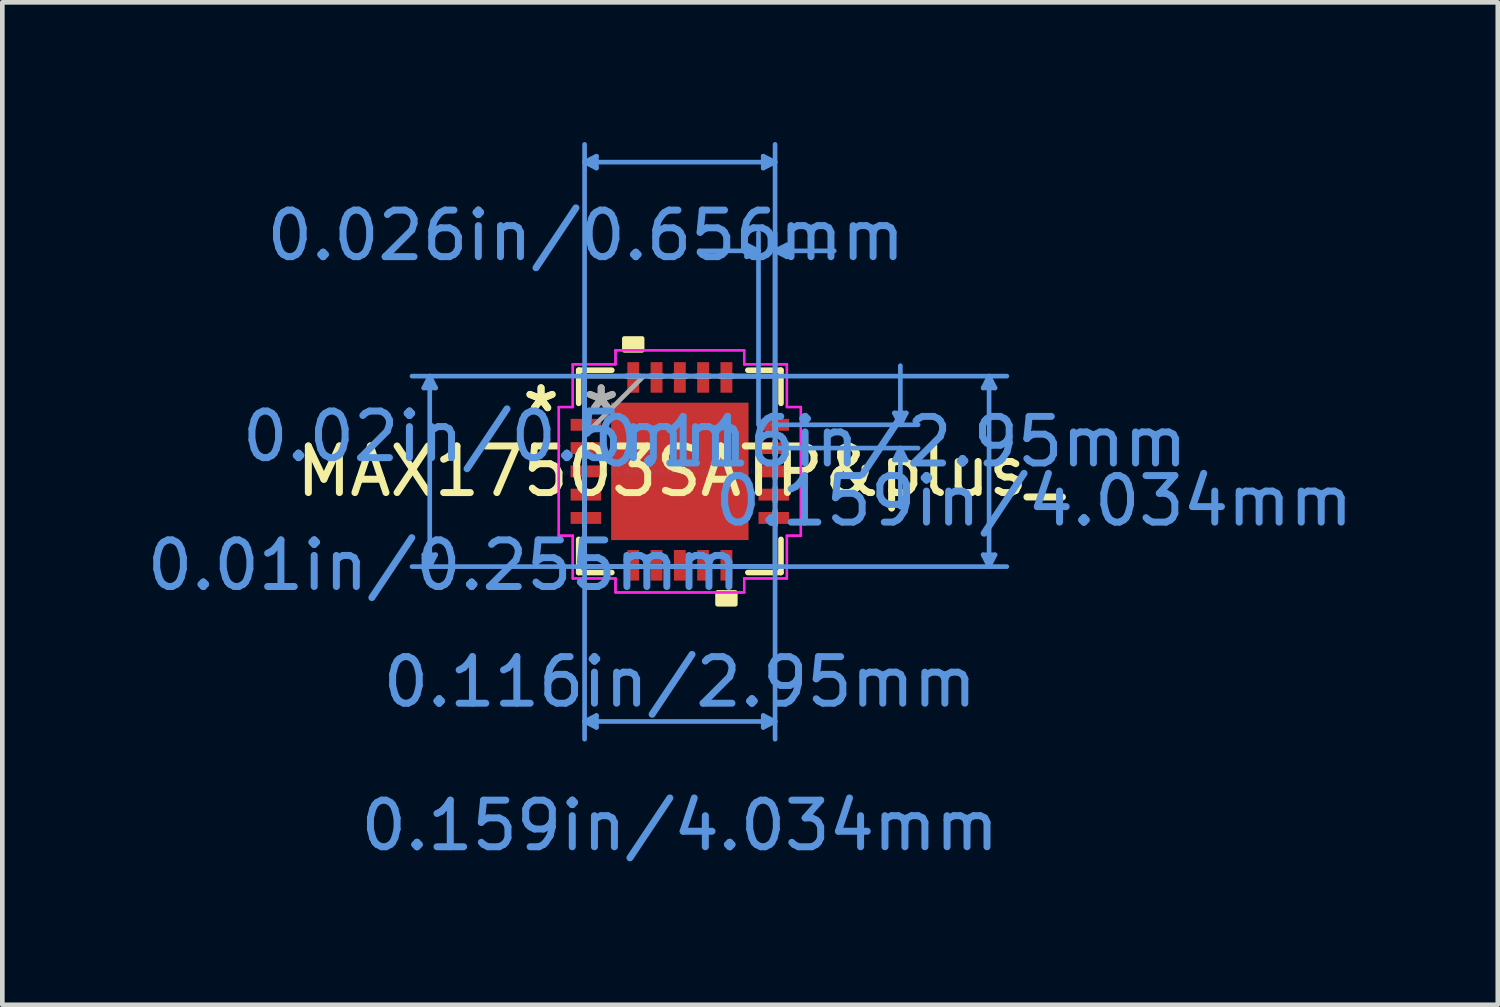
<source format=kicad_pcb>
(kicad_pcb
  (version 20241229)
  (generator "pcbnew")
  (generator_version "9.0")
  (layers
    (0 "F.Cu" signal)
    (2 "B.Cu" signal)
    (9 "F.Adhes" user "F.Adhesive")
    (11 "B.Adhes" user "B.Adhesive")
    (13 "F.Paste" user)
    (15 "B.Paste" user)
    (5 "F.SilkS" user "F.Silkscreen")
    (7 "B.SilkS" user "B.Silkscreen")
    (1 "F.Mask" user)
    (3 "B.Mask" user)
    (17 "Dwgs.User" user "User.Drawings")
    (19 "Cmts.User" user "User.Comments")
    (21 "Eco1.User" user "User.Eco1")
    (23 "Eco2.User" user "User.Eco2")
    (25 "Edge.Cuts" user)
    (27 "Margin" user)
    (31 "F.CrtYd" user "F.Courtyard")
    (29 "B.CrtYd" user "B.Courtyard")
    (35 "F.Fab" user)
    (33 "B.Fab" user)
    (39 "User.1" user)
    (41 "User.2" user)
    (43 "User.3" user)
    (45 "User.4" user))
  (footprint "MAX17503SATP&plus_"
    (layer "F.Cu")
    (at 11.547 7.071)
    (property "Reference" "MAX17503SATP&plus_" (at 0 0 0) (layer "F.SilkS") (effects (font (size 1 1) (thickness 0.15))))
    (attr through_hole)
    (fp_line (start -2.172 -2.172) (end -2.172 -1.46) (stroke (width 0.12) (type solid)) (layer "F.SilkS"))
    (fp_line (start -2.172 1.46) (end -2.172 2.172) (stroke (width 0.12) (type solid)) (layer "F.SilkS"))
    (fp_line (start -2.172 2.172) (end -1.46 2.172) (stroke (width 0.12) (type solid)) (layer "F.SilkS"))
    (fp_line (start -1.46 -2.172) (end -2.172 -2.172) (stroke (width 0.12) (type solid)) (layer "F.SilkS"))
    (fp_line (start 1.46 2.172) (end 2.172 2.172) (stroke (width 0.12) (type solid)) (layer "F.SilkS"))
    (fp_line (start 2.172 -2.172) (end 1.46 -2.172) (stroke (width 0.12) (type solid)) (layer "F.SilkS"))
    (fp_line (start 2.172 -1.46) (end 2.172 -2.172) (stroke (width 0.12) (type solid)) (layer "F.SilkS"))
    (fp_line (start 2.172 2.172) (end 2.172 1.46) (stroke (width 0.12) (type solid)) (layer "F.SilkS"))
    (fp_poly (pts (xy -1.191 -2.599) (xy -1.191 -2.853) (xy -0.81 -2.853) (xy -0.81 -2.599)) (stroke (width 0.1) (type solid)) (fill yes) (layer "F.SilkS"))
    (fp_poly (pts (xy 0.81 2.599) (xy 0.81 2.853) (xy 1.191 2.853) (xy 1.191 2.599)) (stroke (width 0.1) (type solid)) (fill yes) (layer "F.SilkS"))
    (fp_poly (pts (xy -1.375 -1.375) (xy -1.375 -0.1) (xy -0.1 -0.1) (xy -0.1 -1.375)) (stroke (width 0.1) (type solid)) (fill yes) (layer "F.Paste"))
    (fp_poly (pts (xy -1.375 0.1) (xy -1.375 1.375) (xy -0.1 1.375) (xy -0.1 0.1)) (stroke (width 0.1) (type solid)) (fill yes) (layer "F.Paste"))
    (fp_poly (pts (xy 0.1 -1.375) (xy 0.1 -0.1) (xy 1.375 -0.1) (xy 1.375 -1.375)) (stroke (width 0.1) (type solid)) (fill yes) (layer "F.Paste"))
    (fp_poly (pts (xy 0.1 0.1) (xy 0.1 1.375) (xy 1.375 1.375) (xy 1.375 0.1)) (stroke (width 0.1) (type solid)) (fill yes) (layer "F.Paste"))
    (fp_line (start -5.497 -1.791) (end -5.243 -1.791) (stroke (width 0.1) (type solid)) (layer "Cmts.User"))
    (fp_line (start -5.497 1.791) (end -5.243 1.791) (stroke (width 0.1) (type solid)) (layer "Cmts.User"))
    (fp_line (start -5.37 -2.045) (end -5.497 -1.791) (stroke (width 0.1) (type solid)) (layer "Cmts.User"))
    (fp_line (start -5.37 -2.045) (end -5.37 2.045) (stroke (width 0.1) (type solid)) (layer "Cmts.User"))
    (fp_line (start -5.37 -2.045) (end -5.243 -1.791) (stroke (width 0.1) (type solid)) (layer "Cmts.User"))
    (fp_line (start -5.37 2.045) (end -5.497 1.791) (stroke (width 0.1) (type solid)) (layer "Cmts.User"))
    (fp_line (start -5.37 2.045) (end -5.243 1.791) (stroke (width 0.1) (type solid)) (layer "Cmts.User"))
    (fp_line (start -2.045 -6.64) (end -1.791 -6.767) (stroke (width 0.1) (type solid)) (layer "Cmts.User"))
    (fp_line (start -2.045 -6.64) (end -1.791 -6.513) (stroke (width 0.1) (type solid)) (layer "Cmts.User"))
    (fp_line (start -2.045 -6.64) (end 2.045 -6.64) (stroke (width 0.1) (type solid)) (layer "Cmts.User"))
    (fp_line (start -2.045 -2.045) (end -2.045 5.751) (stroke (width 0.1) (type solid)) (layer "Cmts.User"))
    (fp_line (start -2.045 -1) (end -2.045 -7.021) (stroke (width 0.1) (type solid)) (layer "Cmts.User"))
    (fp_line (start -2.045 5.37) (end -1.791 5.243) (stroke (width 0.1) (type solid)) (layer "Cmts.User"))
    (fp_line (start -2.045 5.37) (end -1.791 5.497) (stroke (width 0.1) (type solid)) (layer "Cmts.User"))
    (fp_line (start -2.045 5.37) (end 2.045 5.37) (stroke (width 0.1) (type solid)) (layer "Cmts.User"))
    (fp_line (start -1.791 -6.767) (end -1.791 -6.513) (stroke (width 0.1) (type solid)) (layer "Cmts.User"))
    (fp_line (start -1.791 5.243) (end -1.791 5.497) (stroke (width 0.1) (type solid)) (layer "Cmts.User"))
    (fp_line (start 1 -2.045) (end 7.021 -2.045) (stroke (width 0.1) (type solid)) (layer "Cmts.User"))
    (fp_line (start 1 2.045) (end 7.021 2.045) (stroke (width 0.1) (type solid)) (layer "Cmts.User"))
    (fp_line (start 1.435 -4.862) (end 1.435 -4.608) (stroke (width 0.1) (type solid)) (layer "Cmts.User"))
    (fp_line (start 1.689 -4.735) (end 0.419 -4.735) (stroke (width 0.1) (type solid)) (layer "Cmts.User"))
    (fp_line (start 1.689 -4.735) (end 1.435 -4.862) (stroke (width 0.1) (type solid)) (layer "Cmts.User"))
    (fp_line (start 1.689 -4.735) (end 1.435 -4.608) (stroke (width 0.1) (type solid)) (layer "Cmts.User"))
    (fp_line (start 1.689 -1) (end 1.689 -5.116) (stroke (width 0.1) (type solid)) (layer "Cmts.User"))
    (fp_line (start 1.791 -6.767) (end 1.791 -6.513) (stroke (width 0.1) (type solid)) (layer "Cmts.User"))
    (fp_line (start 1.791 5.243) (end 1.791 5.497) (stroke (width 0.1) (type solid)) (layer "Cmts.User"))
    (fp_line (start 2.017 -1) (end 5.116 -1) (stroke (width 0.1) (type solid)) (layer "Cmts.User"))
    (fp_line (start 2.017 -0.5) (end 5.116 -0.5) (stroke (width 0.1) (type solid)) (layer "Cmts.User"))
    (fp_line (start 2.045 -6.64) (end 1.791 -6.767) (stroke (width 0.1) (type solid)) (layer "Cmts.User"))
    (fp_line (start 2.045 -6.64) (end 1.791 -6.513) (stroke (width 0.1) (type solid)) (layer "Cmts.User"))
    (fp_line (start 2.045 -4.735) (end 2.299 -4.862) (stroke (width 0.1) (type solid)) (layer "Cmts.User"))
    (fp_line (start 2.045 -4.735) (end 2.299 -4.608) (stroke (width 0.1) (type solid)) (layer "Cmts.User"))
    (fp_line (start 2.045 -4.735) (end 3.315 -4.735) (stroke (width 0.1) (type solid)) (layer "Cmts.User"))
    (fp_line (start 2.045 -2.045) (end -5.751 -2.045) (stroke (width 0.1) (type solid)) (layer "Cmts.User"))
    (fp_line (start 2.045 -2.045) (end 2.045 5.751) (stroke (width 0.1) (type solid)) (layer "Cmts.User"))
    (fp_line (start 2.045 -1) (end 2.045 -7.021) (stroke (width 0.1) (type solid)) (layer "Cmts.User"))
    (fp_line (start 2.045 -1) (end 2.045 -5.116) (stroke (width 0.1) (type solid)) (layer "Cmts.User"))
    (fp_line (start 2.045 2.045) (end -5.751 2.045) (stroke (width 0.1) (type solid)) (layer "Cmts.User"))
    (fp_line (start 2.045 5.37) (end 1.791 5.243) (stroke (width 0.1) (type solid)) (layer "Cmts.User"))
    (fp_line (start 2.045 5.37) (end 1.791 5.497) (stroke (width 0.1) (type solid)) (layer "Cmts.User"))
    (fp_line (start 2.299 -4.862) (end 2.299 -4.608) (stroke (width 0.1) (type solid)) (layer "Cmts.User"))
    (fp_line (start 4.608 -1.254) (end 4.862 -1.254) (stroke (width 0.1) (type solid)) (layer "Cmts.User"))
    (fp_line (start 4.608 -0.246) (end 4.862 -0.246) (stroke (width 0.1) (type solid)) (layer "Cmts.User"))
    (fp_line (start 4.735 -1) (end 4.608 -1.254) (stroke (width 0.1) (type solid)) (layer "Cmts.User"))
    (fp_line (start 4.735 -1) (end 4.735 -2.27) (stroke (width 0.1) (type solid)) (layer "Cmts.User"))
    (fp_line (start 4.735 -1) (end 4.862 -1.254) (stroke (width 0.1) (type solid)) (layer "Cmts.User"))
    (fp_line (start 4.735 -0.5) (end 4.608 -0.246) (stroke (width 0.1) (type solid)) (layer "Cmts.User"))
    (fp_line (start 4.735 -0.5) (end 4.735 0.77) (stroke (width 0.1) (type solid)) (layer "Cmts.User"))
    (fp_line (start 4.735 -0.5) (end 4.862 -0.246) (stroke (width 0.1) (type solid)) (layer "Cmts.User"))
    (fp_line (start 6.513 -1.791) (end 6.767 -1.791) (stroke (width 0.1) (type solid)) (layer "Cmts.User"))
    (fp_line (start 6.513 1.791) (end 6.767 1.791) (stroke (width 0.1) (type solid)) (layer "Cmts.User"))
    (fp_line (start 6.64 -2.045) (end 6.513 -1.791) (stroke (width 0.1) (type solid)) (layer "Cmts.User"))
    (fp_line (start 6.64 -2.045) (end 6.64 2.045) (stroke (width 0.1) (type solid)) (layer "Cmts.User"))
    (fp_line (start 6.64 -2.045) (end 6.767 -1.791) (stroke (width 0.1) (type solid)) (layer "Cmts.User"))
    (fp_line (start 6.64 2.045) (end 6.513 1.791) (stroke (width 0.1) (type solid)) (layer "Cmts.User"))
    (fp_line (start 6.64 2.045) (end 6.767 1.791) (stroke (width 0.1) (type solid)) (layer "Cmts.User"))
    (fp_line (start -2.599 -1.381) (end -2.299 -1.381) (stroke (width 0.05) (type solid)) (layer "F.CrtYd"))
    (fp_line (start -2.599 -1.381) (end -2.299 -1.381) (stroke (width 0.05) (type solid)) (layer "F.CrtYd"))
    (fp_line (start -2.599 1.381) (end -2.599 -1.381) (stroke (width 0.05) (type solid)) (layer "F.CrtYd"))
    (fp_line (start -2.599 1.381) (end -2.599 -1.381) (stroke (width 0.05) (type solid)) (layer "F.CrtYd"))
    (fp_line (start -2.299 -2.299) (end -1.381 -2.299) (stroke (width 0.05) (type solid)) (layer "F.CrtYd"))
    (fp_line (start -2.299 -2.299) (end -1.381 -2.299) (stroke (width 0.05) (type solid)) (layer "F.CrtYd"))
    (fp_line (start -2.299 -1.381) (end -2.299 -2.299) (stroke (width 0.05) (type solid)) (layer "F.CrtYd"))
    (fp_line (start -2.299 -1.381) (end -2.299 -2.299) (stroke (width 0.05) (type solid)) (layer "F.CrtYd"))
    (fp_line (start -2.299 1.381) (end -2.599 1.381) (stroke (width 0.05) (type solid)) (layer "F.CrtYd"))
    (fp_line (start -2.299 1.381) (end -2.599 1.381) (stroke (width 0.05) (type solid)) (layer "F.CrtYd"))
    (fp_line (start -2.299 2.299) (end -2.299 1.381) (stroke (width 0.05) (type solid)) (layer "F.CrtYd"))
    (fp_line (start -2.299 2.299) (end -2.299 1.381) (stroke (width 0.05) (type solid)) (layer "F.CrtYd"))
    (fp_line (start -1.381 -2.599) (end 1.381 -2.599) (stroke (width 0.05) (type solid)) (layer "F.CrtYd"))
    (fp_line (start -1.381 -2.599) (end 1.381 -2.599) (stroke (width 0.05) (type solid)) (layer "F.CrtYd"))
    (fp_line (start -1.381 -2.299) (end -1.381 -2.599) (stroke (width 0.05) (type solid)) (layer "F.CrtYd"))
    (fp_line (start -1.381 -2.299) (end -1.381 -2.599) (stroke (width 0.05) (type solid)) (layer "F.CrtYd"))
    (fp_line (start -1.381 2.299) (end -2.299 2.299) (stroke (width 0.05) (type solid)) (layer "F.CrtYd"))
    (fp_line (start -1.381 2.299) (end -2.299 2.299) (stroke (width 0.05) (type solid)) (layer "F.CrtYd"))
    (fp_line (start -1.381 2.599) (end -1.381 2.299) (stroke (width 0.05) (type solid)) (layer "F.CrtYd"))
    (fp_line (start -1.381 2.599) (end -1.381 2.299) (stroke (width 0.05) (type solid)) (layer "F.CrtYd"))
    (fp_line (start 1.381 -2.599) (end 1.381 -2.299) (stroke (width 0.05) (type solid)) (layer "F.CrtYd"))
    (fp_line (start 1.381 -2.599) (end 1.381 -2.299) (stroke (width 0.05) (type solid)) (layer "F.CrtYd"))
    (fp_line (start 1.381 -2.299) (end 2.299 -2.299) (stroke (width 0.05) (type solid)) (layer "F.CrtYd"))
    (fp_line (start 1.381 -2.299) (end 2.299 -2.299) (stroke (width 0.05) (type solid)) (layer "F.CrtYd"))
    (fp_line (start 1.381 2.299) (end 1.381 2.599) (stroke (width 0.05) (type solid)) (layer "F.CrtYd"))
    (fp_line (start 1.381 2.299) (end 1.381 2.599) (stroke (width 0.05) (type solid)) (layer "F.CrtYd"))
    (fp_line (start 1.381 2.599) (end -1.381 2.599) (stroke (width 0.05) (type solid)) (layer "F.CrtYd"))
    (fp_line (start 1.381 2.599) (end -1.381 2.599) (stroke (width 0.05) (type solid)) (layer "F.CrtYd"))
    (fp_line (start 2.299 -2.299) (end 2.299 -1.381) (stroke (width 0.05) (type solid)) (layer "F.CrtYd"))
    (fp_line (start 2.299 -2.299) (end 2.299 -1.381) (stroke (width 0.05) (type solid)) (layer "F.CrtYd"))
    (fp_line (start 2.299 -1.381) (end 2.599 -1.381) (stroke (width 0.05) (type solid)) (layer "F.CrtYd"))
    (fp_line (start 2.299 -1.381) (end 2.599 -1.381) (stroke (width 0.05) (type solid)) (layer "F.CrtYd"))
    (fp_line (start 2.299 1.381) (end 2.299 2.299) (stroke (width 0.05) (type solid)) (layer "F.CrtYd"))
    (fp_line (start 2.299 1.381) (end 2.299 2.299) (stroke (width 0.05) (type solid)) (layer "F.CrtYd"))
    (fp_line (start 2.299 2.299) (end 1.381 2.299) (stroke (width 0.05) (type solid)) (layer "F.CrtYd"))
    (fp_line (start 2.299 2.299) (end 1.381 2.299) (stroke (width 0.05) (type solid)) (layer "F.CrtYd"))
    (fp_line (start 2.599 -1.381) (end 2.599 1.381) (stroke (width 0.05) (type solid)) (layer "F.CrtYd"))
    (fp_line (start 2.599 -1.381) (end 2.599 1.381) (stroke (width 0.05) (type solid)) (layer "F.CrtYd"))
    (fp_line (start 2.599 1.381) (end 2.299 1.381) (stroke (width 0.05) (type solid)) (layer "F.CrtYd"))
    (fp_line (start 2.599 1.381) (end 2.299 1.381) (stroke (width 0.05) (type solid)) (layer "F.CrtYd"))
    (fp_line (start -2.045 -2.045) (end -2.045 -2.045) (stroke (width 0.1) (type solid)) (layer "F.Fab"))
    (fp_line (start -2.045 -2.045) (end -2.045 2.045) (stroke (width 0.1) (type solid)) (layer "F.Fab"))
    (fp_line (start -2.045 -1.152) (end -2.045 -1.152) (stroke (width 0.1) (type solid)) (layer "F.Fab"))
    (fp_line (start -2.045 -1.152) (end -2.045 -0.848) (stroke (width 0.1) (type solid)) (layer "F.Fab"))
    (fp_line (start -2.045 -0.848) (end -2.045 -1.152) (stroke (width 0.1) (type solid)) (layer "F.Fab"))
    (fp_line (start -2.045 -0.848) (end -2.045 -0.848) (stroke (width 0.1) (type solid)) (layer "F.Fab"))
    (fp_line (start -2.045 -0.775) (end -0.775 -2.045) (stroke (width 0.1) (type solid)) (layer "F.Fab"))
    (fp_line (start -2.045 -0.652) (end -2.045 -0.652) (stroke (width 0.1) (type solid)) (layer "F.Fab"))
    (fp_line (start -2.045 -0.652) (end -2.045 -0.348) (stroke (width 0.1) (type solid)) (layer "F.Fab"))
    (fp_line (start -2.045 -0.348) (end -2.045 -0.652) (stroke (width 0.1) (type solid)) (layer "F.Fab"))
    (fp_line (start -2.045 -0.348) (end -2.045 -0.348) (stroke (width 0.1) (type solid)) (layer "F.Fab"))
    (fp_line (start -2.045 -0.152) (end -2.045 -0.152) (stroke (width 0.1) (type solid)) (layer "F.Fab"))
    (fp_line (start -2.045 -0.152) (end -2.045 0.152) (stroke (width 0.1) (type solid)) (layer "F.Fab"))
    (fp_line (start -2.045 0.152) (end -2.045 -0.152) (stroke (width 0.1) (type solid)) (layer "F.Fab"))
    (fp_line (start -2.045 0.152) (end -2.045 0.152) (stroke (width 0.1) (type solid)) (layer "F.Fab"))
    (fp_line (start -2.045 0.348) (end -2.045 0.348) (stroke (width 0.1) (type solid)) (layer "F.Fab"))
    (fp_line (start -2.045 0.348) (end -2.045 0.652) (stroke (width 0.1) (type solid)) (layer "F.Fab"))
    (fp_line (start -2.045 0.652) (end -2.045 0.348) (stroke (width 0.1) (type solid)) (layer "F.Fab"))
    (fp_line (start -2.045 0.652) (end -2.045 0.652) (stroke (width 0.1) (type solid)) (layer "F.Fab"))
    (fp_line (start -2.045 0.848) (end -2.045 0.848) (stroke (width 0.1) (type solid)) (layer "F.Fab"))
    (fp_line (start -2.045 0.848) (end -2.045 1.152) (stroke (width 0.1) (type solid)) (layer "F.Fab"))
    (fp_line (start -2.045 1.152) (end -2.045 0.848) (stroke (width 0.1) (type solid)) (layer "F.Fab"))
    (fp_line (start -2.045 1.152) (end -2.045 1.152) (stroke (width 0.1) (type solid)) (layer "F.Fab"))
    (fp_line (start -2.045 2.045) (end -2.045 2.045) (stroke (width 0.1) (type solid)) (layer "F.Fab"))
    (fp_line (start -2.045 2.045) (end 2.045 2.045) (stroke (width 0.1) (type solid)) (layer "F.Fab"))
    (fp_line (start -1.152 -2.045) (end -1.152 -2.045) (stroke (width 0.1) (type solid)) (layer "F.Fab"))
    (fp_line (start -1.152 -2.045) (end -0.848 -2.045) (stroke (width 0.1) (type solid)) (layer "F.Fab"))
    (fp_line (start -1.152 2.045) (end -1.152 2.045) (stroke (width 0.1) (type solid)) (layer "F.Fab"))
    (fp_line (start -1.152 2.045) (end -0.848 2.045) (stroke (width 0.1) (type solid)) (layer "F.Fab"))
    (fp_line (start -0.848 -2.045) (end -1.152 -2.045) (stroke (width 0.1) (type solid)) (layer "F.Fab"))
    (fp_line (start -0.848 -2.045) (end -0.848 -2.045) (stroke (width 0.1) (type solid)) (layer "F.Fab"))
    (fp_line (start -0.848 2.045) (end -1.152 2.045) (stroke (width 0.1) (type solid)) (layer "F.Fab"))
    (fp_line (start -0.848 2.045) (end -0.848 2.045) (stroke (width 0.1) (type solid)) (layer "F.Fab"))
    (fp_line (start -0.652 -2.045) (end -0.652 -2.045) (stroke (width 0.1) (type solid)) (layer "F.Fab"))
    (fp_line (start -0.652 -2.045) (end -0.348 -2.045) (stroke (width 0.1) (type solid)) (layer "F.Fab"))
    (fp_line (start -0.652 2.045) (end -0.652 2.045) (stroke (width 0.1) (type solid)) (layer "F.Fab"))
    (fp_line (start -0.652 2.045) (end -0.348 2.045) (stroke (width 0.1) (type solid)) (layer "F.Fab"))
    (fp_line (start -0.348 -2.045) (end -0.652 -2.045) (stroke (width 0.1) (type solid)) (layer "F.Fab"))
    (fp_line (start -0.348 -2.045) (end -0.348 -2.045) (stroke (width 0.1) (type solid)) (layer "F.Fab"))
    (fp_line (start -0.348 2.045) (end -0.652 2.045) (stroke (width 0.1) (type solid)) (layer "F.Fab"))
    (fp_line (start -0.348 2.045) (end -0.348 2.045) (stroke (width 0.1) (type solid)) (layer "F.Fab"))
    (fp_line (start -0.152 -2.045) (end -0.152 -2.045) (stroke (width 0.1) (type solid)) (layer "F.Fab"))
    (fp_line (start -0.152 -2.045) (end 0.152 -2.045) (stroke (width 0.1) (type solid)) (layer "F.Fab"))
    (fp_line (start -0.152 2.045) (end -0.152 2.045) (stroke (width 0.1) (type solid)) (layer "F.Fab"))
    (fp_line (start -0.152 2.045) (end 0.152 2.045) (stroke (width 0.1) (type solid)) (layer "F.Fab"))
    (fp_line (start 0.152 -2.045) (end -0.152 -2.045) (stroke (width 0.1) (type solid)) (layer "F.Fab"))
    (fp_line (start 0.152 -2.045) (end 0.152 -2.045) (stroke (width 0.1) (type solid)) (layer "F.Fab"))
    (fp_line (start 0.152 2.045) (end -0.152 2.045) (stroke (width 0.1) (type solid)) (layer "F.Fab"))
    (fp_line (start 0.152 2.045) (end 0.152 2.045) (stroke (width 0.1) (type solid)) (layer "F.Fab"))
    (fp_line (start 0.348 -2.045) (end 0.348 -2.045) (stroke (width 0.1) (type solid)) (layer "F.Fab"))
    (fp_line (start 0.348 -2.045) (end 0.652 -2.045) (stroke (width 0.1) (type solid)) (layer "F.Fab"))
    (fp_line (start 0.348 2.045) (end 0.348 2.045) (stroke (width 0.1) (type solid)) (layer "F.Fab"))
    (fp_line (start 0.348 2.045) (end 0.652 2.045) (stroke (width 0.1) (type solid)) (layer "F.Fab"))
    (fp_line (start 0.652 -2.045) (end 0.348 -2.045) (stroke (width 0.1) (type solid)) (layer "F.Fab"))
    (fp_line (start 0.652 -2.045) (end 0.652 -2.045) (stroke (width 0.1) (type solid)) (layer "F.Fab"))
    (fp_line (start 0.652 2.045) (end 0.348 2.045) (stroke (width 0.1) (type solid)) (layer "F.Fab"))
    (fp_line (start 0.652 2.045) (end 0.652 2.045) (stroke (width 0.1) (type solid)) (layer "F.Fab"))
    (fp_line (start 0.848 -2.045) (end 0.848 -2.045) (stroke (width 0.1) (type solid)) (layer "F.Fab"))
    (fp_line (start 0.848 -2.045) (end 1.152 -2.045) (stroke (width 0.1) (type solid)) (layer "F.Fab"))
    (fp_line (start 0.848 2.045) (end 0.848 2.045) (stroke (width 0.1) (type solid)) (layer "F.Fab"))
    (fp_line (start 0.848 2.045) (end 1.152 2.045) (stroke (width 0.1) (type solid)) (layer "F.Fab"))
    (fp_line (start 1.152 -2.045) (end 0.848 -2.045) (stroke (width 0.1) (type solid)) (layer "F.Fab"))
    (fp_line (start 1.152 -2.045) (end 1.152 -2.045) (stroke (width 0.1) (type solid)) (layer "F.Fab"))
    (fp_line (start 1.152 2.045) (end 0.848 2.045) (stroke (width 0.1) (type solid)) (layer "F.Fab"))
    (fp_line (start 1.152 2.045) (end 1.152 2.045) (stroke (width 0.1) (type solid)) (layer "F.Fab"))
    (fp_line (start 2.045 -2.045) (end -2.045 -2.045) (stroke (width 0.1) (type solid)) (layer "F.Fab"))
    (fp_line (start 2.045 -2.045) (end 2.045 -2.045) (stroke (width 0.1) (type solid)) (layer "F.Fab"))
    (fp_line (start 2.045 -1.152) (end 2.045 -1.152) (stroke (width 0.1) (type solid)) (layer "F.Fab"))
    (fp_line (start 2.045 -1.152) (end 2.045 -0.848) (stroke (width 0.1) (type solid)) (layer "F.Fab"))
    (fp_line (start 2.045 -0.848) (end 2.045 -1.152) (stroke (width 0.1) (type solid)) (layer "F.Fab"))
    (fp_line (start 2.045 -0.848) (end 2.045 -0.848) (stroke (width 0.1) (type solid)) (layer "F.Fab"))
    (fp_line (start 2.045 -0.652) (end 2.045 -0.652) (stroke (width 0.1) (type solid)) (layer "F.Fab"))
    (fp_line (start 2.045 -0.652) (end 2.045 -0.348) (stroke (width 0.1) (type solid)) (layer "F.Fab"))
    (fp_line (start 2.045 -0.348) (end 2.045 -0.652) (stroke (width 0.1) (type solid)) (layer "F.Fab"))
    (fp_line (start 2.045 -0.348) (end 2.045 -0.348) (stroke (width 0.1) (type solid)) (layer "F.Fab"))
    (fp_line (start 2.045 -0.152) (end 2.045 -0.152) (stroke (width 0.1) (type solid)) (layer "F.Fab"))
    (fp_line (start 2.045 -0.152) (end 2.045 0.152) (stroke (width 0.1) (type solid)) (layer "F.Fab"))
    (fp_line (start 2.045 0.152) (end 2.045 -0.152) (stroke (width 0.1) (type solid)) (layer "F.Fab"))
    (fp_line (start 2.045 0.152) (end 2.045 0.152) (stroke (width 0.1) (type solid)) (layer "F.Fab"))
    (fp_line (start 2.045 0.348) (end 2.045 0.348) (stroke (width 0.1) (type solid)) (layer "F.Fab"))
    (fp_line (start 2.045 0.348) (end 2.045 0.652) (stroke (width 0.1) (type solid)) (layer "F.Fab"))
    (fp_line (start 2.045 0.652) (end 2.045 0.348) (stroke (width 0.1) (type solid)) (layer "F.Fab"))
    (fp_line (start 2.045 0.652) (end 2.045 0.652) (stroke (width 0.1) (type solid)) (layer "F.Fab"))
    (fp_line (start 2.045 0.848) (end 2.045 0.848) (stroke (width 0.1) (type solid)) (layer "F.Fab"))
    (fp_line (start 2.045 0.848) (end 2.045 1.152) (stroke (width 0.1) (type solid)) (layer "F.Fab"))
    (fp_line (start 2.045 1.152) (end 2.045 0.848) (stroke (width 0.1) (type solid)) (layer "F.Fab"))
    (fp_line (start 2.045 1.152) (end 2.045 1.152) (stroke (width 0.1) (type solid)) (layer "F.Fab"))
    (fp_line (start 2.045 2.045) (end 2.045 -2.045) (stroke (width 0.1) (type solid)) (layer "F.Fab"))
    (fp_line (start 2.045 2.045) (end 2.045 2.045) (stroke (width 0.1) (type solid)) (layer "F.Fab"))
    (fp_text user "*" (at -2.98 -1.25 0) (layer "F.SilkS") (effects (font (size 1 1) (thickness 0.15))))
    (fp_text user "*" (at -2.98 -1.25 0) (layer "F.SilkS") (effects (font (size 1 1) (thickness 0.15))))
    (fp_text user "0.116in/2.95mm" (at 0 4.523 0) (layer "Cmts.User") (effects (font (size 1 1) (thickness 0.15))))
    (fp_text user "0.116in/2.95mm" (at 4.523 -0.635 0) (layer "Cmts.User") (effects (font (size 1 1) (thickness 0.15))))
    (fp_text user "Copyright 2021 Accelerated Designs. All rights reserved." (at 0 0 0) (layer "Cmts.User") (effects (font (size 0.127 0.127) (thickness 0.002))))
    (fp_text user "0.159in/4.034mm" (at 0 7.605 0) (layer "Cmts.User") (effects (font (size 1 1) (thickness 0.15))))
    (fp_text user "0.01in/0.255mm" (at -5.065 2.017 0) (layer "Cmts.User") (effects (font (size 1 1) (thickness 0.15))))
    (fp_text user "0.026in/0.656mm" (at -2.017 -5.065 0) (layer "Cmts.User") (effects (font (size 1 1) (thickness 0.15))))
    (fp_text user "0.159in/4.034mm" (at 7.605 0.635 0) (layer "Cmts.User") (effects (font (size 1 1) (thickness 0.15))))
    (fp_text user "0.02in/0.5mm" (at -3.973 -0.75 0) (layer "Cmts.User") (effects (font (size 1 1) (thickness 0.15))))
    (fp_text user "*" (at -1.689 -1.25 0) (layer "F.Fab") (effects (font (size 1 1) (thickness 0.15))))
    (fp_text user "*" (at -1.689 -1.25 0) (layer "F.Fab") (effects (font (size 1 1) (thickness 0.15))))
    (pad "1" smd rect (at -2.017 -1 90) (size 0.255 0.656) (layers "F.Cu" "F.Mask" "F.Paste"))
    (pad "2" smd rect (at -2.017 -0.5 90) (size 0.255 0.656) (layers "F.Cu" "F.Mask" "F.Paste"))
    (pad "3" smd rect (at -2.017 0 90) (size 0.255 0.656) (layers "F.Cu" "F.Mask" "F.Paste"))
    (pad "4" smd rect (at -2.017 0.5 90) (size 0.255 0.656) (layers "F.Cu" "F.Mask" "F.Paste"))
    (pad "5" smd rect (at -2.017 1 90) (size 0.255 0.656) (layers "F.Cu" "F.Mask" "F.Paste"))
    (pad "6" smd rect (at -1 2.017) (size 0.255 0.656) (layers "F.Cu" "F.Mask" "F.Paste"))
    (pad "7" smd rect (at -0.5 2.017) (size 0.255 0.656) (layers "F.Cu" "F.Mask" "F.Paste"))
    (pad "8" smd rect (at 0 2.017) (size 0.255 0.656) (layers "F.Cu" "F.Mask" "F.Paste"))
    (pad "9" smd rect (at 0.5 2.017) (size 0.255 0.656) (layers "F.Cu" "F.Mask" "F.Paste"))
    (pad "10" smd rect (at 1 2.017) (size 0.255 0.656) (layers "F.Cu" "F.Mask" "F.Paste"))
    (pad "11" smd rect (at 2.017 1 90) (size 0.255 0.656) (layers "F.Cu" "F.Mask" "F.Paste"))
    (pad "12" smd rect (at 2.017 0.5 90) (size 0.255 0.656) (layers "F.Cu" "F.Mask" "F.Paste"))
    (pad "13" smd rect (at 2.017 0 90) (size 0.255 0.656) (layers "F.Cu" "F.Mask" "F.Paste"))
    (pad "14" smd rect (at 2.017 -0.5 90) (size 0.255 0.656) (layers "F.Cu" "F.Mask" "F.Paste"))
    (pad "15" smd rect (at 2.017 -1 90) (size 0.255 0.656) (layers "F.Cu" "F.Mask" "F.Paste"))
    (pad "16" smd rect (at 1 -2.017) (size 0.255 0.656) (layers "F.Cu" "F.Mask" "F.Paste"))
    (pad "17" smd rect (at 0.5 -2.017) (size 0.255 0.656) (layers "F.Cu" "F.Mask" "F.Paste"))
    (pad "18" smd rect (at 0 -2.017) (size 0.255 0.656) (layers "F.Cu" "F.Mask" "F.Paste"))
    (pad "19" smd rect (at -0.5 -2.017) (size 0.255 0.656) (layers "F.Cu" "F.Mask" "F.Paste"))
    (pad "20" smd rect (at -1 -2.017) (size 0.255 0.656) (layers "F.Cu" "F.Mask" "F.Paste"))
    (pad "21" smd rect (at 0 0) (size 2.95 2.95) (layers "F.Cu" "F.Mask")))
  (gr_rect
    (start -3 -3)
    (end 29.11 18.524)
    (stroke (width 0.1) (type default))
    (fill no)
    (layer "Edge.Cuts")))
</source>
